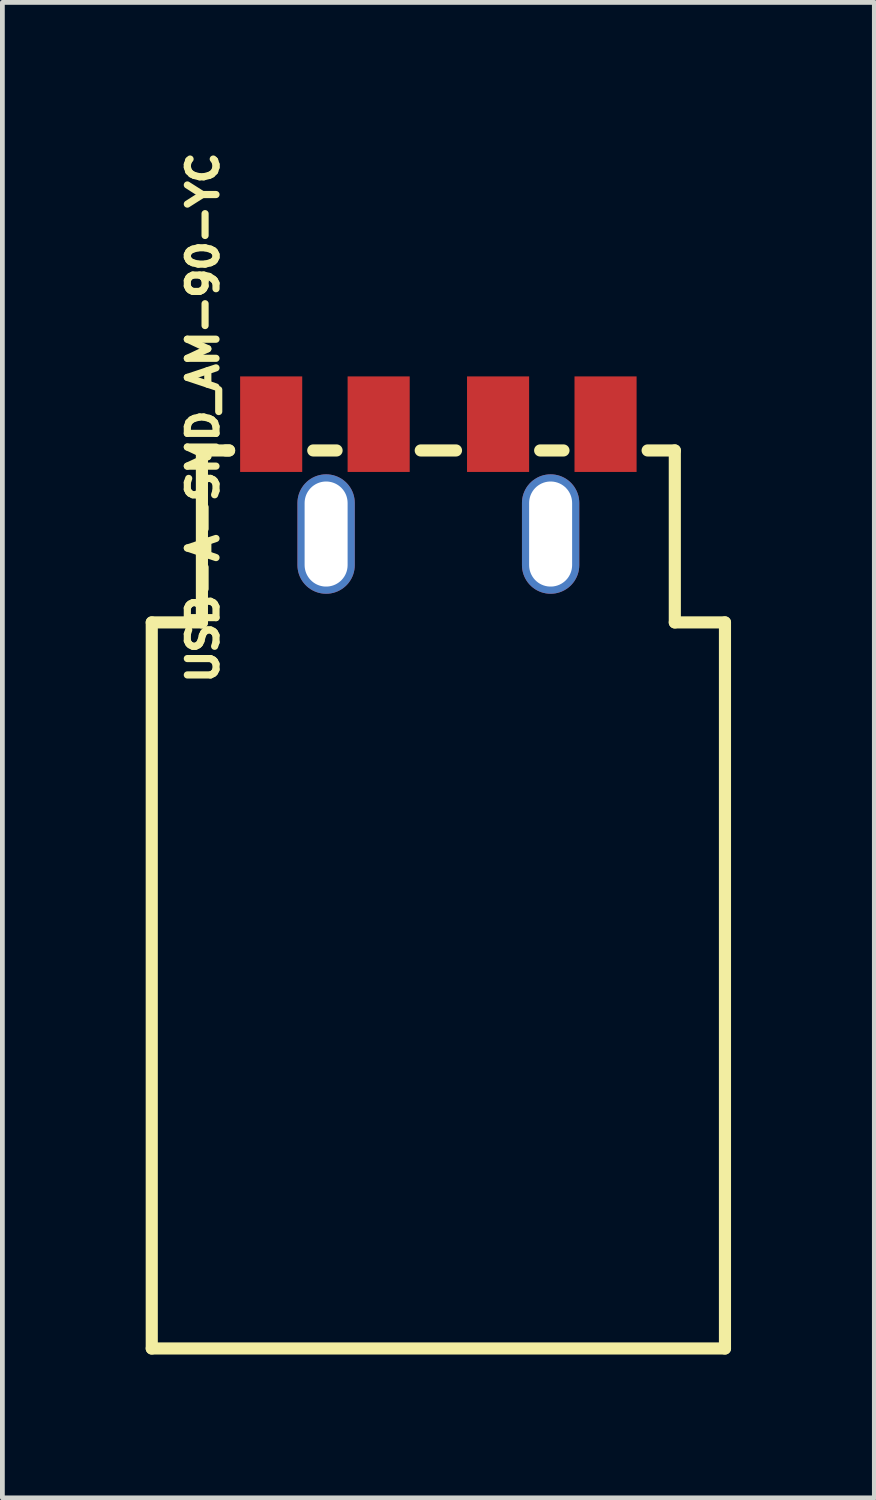
<source format=kicad_pcb>
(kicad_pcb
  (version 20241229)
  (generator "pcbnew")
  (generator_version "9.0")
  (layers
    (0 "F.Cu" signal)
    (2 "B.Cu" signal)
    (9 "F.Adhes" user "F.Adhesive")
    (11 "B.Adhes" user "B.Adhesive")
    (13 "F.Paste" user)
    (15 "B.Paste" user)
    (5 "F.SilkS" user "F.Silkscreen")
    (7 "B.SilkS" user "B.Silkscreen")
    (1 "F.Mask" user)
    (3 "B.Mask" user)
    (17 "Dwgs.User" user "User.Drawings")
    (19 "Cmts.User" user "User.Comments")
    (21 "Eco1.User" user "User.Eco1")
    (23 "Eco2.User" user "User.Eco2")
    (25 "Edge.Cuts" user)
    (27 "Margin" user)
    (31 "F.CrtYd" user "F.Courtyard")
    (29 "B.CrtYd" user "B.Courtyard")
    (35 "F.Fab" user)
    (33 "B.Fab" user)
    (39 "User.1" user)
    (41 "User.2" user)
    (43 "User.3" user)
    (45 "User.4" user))
  (footprint "USB-A-SMD_AM-90-YC"
    (layer "F.Cu")
    (at 6.127 6.98)
    (property "Reference" "USB-A-SMD_AM-90-YC" (at -4.925 -1.286 270) (layer "F.SilkS") (effects (font (size 0.6 0.6) (thickness 0.15))))
    (fp_line (start -6 3) (end -6 18.2) (stroke (width 0.254) (type default)) (layer "F.SilkS"))
    (fp_line (start -6 18.2) (end 6 18.2) (stroke (width 0.254) (type default)) (layer "F.SilkS"))
    (fp_line (start -4.95 -0.6) (end -4.95 3) (stroke (width 0.254) (type default)) (layer "F.SilkS"))
    (fp_line (start -4.95 3) (end -6 3) (stroke (width 0.254) (type default)) (layer "F.SilkS"))
    (fp_line (start -4.381 -0.6) (end -4.95 -0.6) (stroke (width 0.254) (type default)) (layer "F.SilkS"))
    (fp_line (start -4.381 -0.6) (end -4.45 -0.6) (stroke (width 0.254) (type default)) (layer "F.SilkS"))
    (fp_line (start -2.131 -0.6) (end -2.619 -0.6) (stroke (width 0.254) (type default)) (layer "F.SilkS"))
    (fp_line (start 0.369 -0.6) (end -0.369 -0.6) (stroke (width 0.254) (type default)) (layer "F.SilkS"))
    (fp_line (start 2.619 -0.6) (end 2.131 -0.6) (stroke (width 0.254) (type default)) (layer "F.SilkS"))
    (fp_line (start 4.95 3) (end 4.95 -0.6) (stroke (width 0.254) (type default)) (layer "F.SilkS"))
    (fp_line (start 4.95 -0.6) (end 4.381 -0.6) (stroke (width 0.254) (type default)) (layer "F.SilkS"))
    (fp_line (start 6 18.2) (end 6 3) (stroke (width 0.254) (type default)) (layer "F.SilkS"))
    (fp_line (start 6 3) (end 4.95 3) (stroke (width 0.254) (type default)) (layer "F.SilkS"))
    (fp_poly (pts (xy -4.15 -2.15) (xy -4.15 -0.15) (xy -2.85 -0.15) (xy -2.85 -2.15)) (stroke (width 0) (type default)) (fill yes) (layer "F.Paste"))
    (fp_poly (pts (xy -1.9 -2.15) (xy -1.9 -0.15) (xy -0.6 -0.15) (xy -0.6 -2.15)) (stroke (width 0) (type default)) (fill yes) (layer "F.Paste"))
    (fp_poly (pts (xy 0.6 -2.15) (xy 0.6 -0.15) (xy 1.9 -0.15) (xy 1.9 -2.15)) (stroke (width 0) (type default)) (fill yes) (layer "F.Paste"))
    (fp_poly (pts (xy 4.15 -0.15) (xy 4.15 -2.15) (xy 2.85 -2.15) (xy 2.85 -0.15)) (stroke (width 0) (type default)) (fill yes) (layer "F.Paste"))
    (fp_poly (pts (xy -2.365 -0.1) (xy -2.395 -0.099) (xy -2.425 -0.096) (xy -2.454 -0.091) (xy -2.483 -0.085) (xy -2.512 -0.078) (xy -2.541 -0.069) (xy -2.569 -0.059) (xy -2.596 -0.047) (xy -2.624 -0.034) (xy -2.65 -0.019) (xy -2.675 -0.004) (xy -2.7 0.013) (xy -2.724 0.031) (xy -2.747 0.05) (xy -2.769 0.071) (xy -2.79 0.092) (xy -2.809 0.114) (xy -2.828 0.137) (xy -2.846 0.162) (xy -2.862 0.187) (xy -2.877 0.213) (xy -2.891 0.239) (xy -2.903 0.267) (xy -2.914 0.295) (xy -2.923 0.323) (xy -2.932 0.352) (xy -2.938 0.381) (xy -2.944 0.41) (xy -2.947 0.441) (xy -2.949 0.47) (xy -2.95 0.5) (xy -2.95 1.8) (xy -2.949 1.83) (xy -2.947 1.86) (xy -2.944 1.89) (xy -2.938 1.919) (xy -2.932 1.948) (xy -2.924 1.977) (xy -2.914 2.005) (xy -2.903 2.033) (xy -2.891 2.061) (xy -2.877 2.087) (xy -2.862 2.113) (xy -2.845 2.138) (xy -2.829 2.163) (xy -2.81 2.186) (xy -2.79 2.208) (xy -2.769 2.23) (xy -2.747 2.25) (xy -2.724 2.269) (xy -2.7 2.287) (xy -2.676 2.304) (xy -2.65 2.319) (xy -2.624 2.334) (xy -2.597 2.347) (xy -2.569 2.358) (xy -2.541 2.369) (xy -2.513 2.378) (xy -2.483 2.385) (xy -2.454 2.391) (xy -2.425 2.395) (xy -2.395 2.398) (xy -2.365 2.4) (xy -2.335 2.4) (xy -2.305 2.399) (xy -2.276 2.395) (xy -2.246 2.391) (xy -2.216 2.385) (xy -2.188 2.378) (xy -2.159 2.369) (xy -2.131 2.358) (xy -2.103 2.347) (xy -2.076 2.334) (xy -2.05 2.32) (xy -2.025 2.304) (xy -2 2.287) (xy -1.976 2.269) (xy -1.953 2.25) (xy -1.931 2.229) (xy -1.91 2.208) (xy -1.891 2.186) (xy -1.871 2.163) (xy -1.854 2.138) (xy -1.838 2.113) (xy -1.823 2.087) (xy -1.81 2.061) (xy -1.797 2.033) (xy -1.786 2.005) (xy -1.776 1.977) (xy -1.768 1.948) (xy -1.762 1.919) (xy -1.756 1.89) (xy -1.753 1.86) (xy -1.75 1.83) (xy -1.75 1.8) (xy -1.75 0.5) (xy -1.751 0.47) (xy -1.753 0.441) (xy -1.757 0.411) (xy -1.762 0.381) (xy -1.768 0.352) (xy -1.776 0.323) (xy -1.786 0.295) (xy -1.797 0.267) (xy -1.81 0.239) (xy -1.823 0.213) (xy -1.838 0.187) (xy -1.855 0.162) (xy -1.871 0.137) (xy -1.891 0.114) (xy -1.91 0.092) (xy -1.931 0.07) (xy -1.953 0.05) (xy -1.976 0.031) (xy -1.999 0.013) (xy -2.025 -0.004) (xy -2.05 -0.019) (xy -2.076 -0.034) (xy -2.103 -0.047) (xy -2.131 -0.059) (xy -2.159 -0.068) (xy -2.188 -0.077) (xy -2.216 -0.085) (xy -2.246 -0.091) (xy -2.276 -0.096) (xy -2.305 -0.099) (xy -2.335 -0.1)) (stroke (width 0) (type default)) (fill yes) (layer "F.Paste"))
    (fp_poly (pts (xy 2.335 -0.1) (xy 2.305 -0.099) (xy 2.275 -0.095) (xy 2.246 -0.091) (xy 2.217 -0.085) (xy 2.188 -0.077) (xy 2.159 -0.068) (xy 2.131 -0.059) (xy 2.103 -0.047) (xy 2.076 -0.034) (xy 2.05 -0.019) (xy 2.024 -0.004) (xy 2 0.013) (xy 1.976 0.031) (xy 1.953 0.05) (xy 1.931 0.07) (xy 1.91 0.092) (xy 1.89 0.115) (xy 1.871 0.138) (xy 1.854 0.162) (xy 1.838 0.187) (xy 1.823 0.213) (xy 1.809 0.239) (xy 1.797 0.267) (xy 1.786 0.295) (xy 1.777 0.323) (xy 1.769 0.352) (xy 1.762 0.381) (xy 1.756 0.41) (xy 1.753 0.44) (xy 1.75 0.47) (xy 1.75 0.5) (xy 1.75 1.8) (xy 1.751 1.83) (xy 1.753 1.86) (xy 1.757 1.889) (xy 1.762 1.919) (xy 1.769 1.948) (xy 1.777 1.977) (xy 1.786 2.005) (xy 1.797 2.033) (xy 1.809 2.06) (xy 1.823 2.087) (xy 1.838 2.113) (xy 1.855 2.138) (xy 1.871 2.163) (xy 1.89 2.185) (xy 1.91 2.208) (xy 1.931 2.229) (xy 1.953 2.25) (xy 1.976 2.269) (xy 2 2.287) (xy 2.025 2.304) (xy 2.05 2.32) (xy 2.077 2.334) (xy 2.103 2.347) (xy 2.131 2.359) (xy 2.159 2.369) (xy 2.188 2.377) (xy 2.217 2.385) (xy 2.246 2.391) (xy 2.276 2.396) (xy 2.305 2.398) (xy 2.335 2.4) (xy 2.365 2.4) (xy 2.395 2.399) (xy 2.424 2.395) (xy 2.454 2.391) (xy 2.483 2.385) (xy 2.512 2.377) (xy 2.541 2.369) (xy 2.569 2.359) (xy 2.597 2.347) (xy 2.623 2.334) (xy 2.65 2.32) (xy 2.675 2.304) (xy 2.7 2.287) (xy 2.724 2.269) (xy 2.747 2.25) (xy 2.769 2.229) (xy 2.79 2.208) (xy 2.809 2.185) (xy 2.829 2.162) (xy 2.846 2.138) (xy 2.862 2.113) (xy 2.877 2.087) (xy 2.89 2.061) (xy 2.903 2.033) (xy 2.914 2.005) (xy 2.924 1.977) (xy 2.932 1.948) (xy 2.938 1.919) (xy 2.943 1.889) (xy 2.947 1.86) (xy 2.95 1.83) (xy 2.95 1.8) (xy 2.95 0.5) (xy 2.95 0.47) (xy 2.947 0.44) (xy 2.943 0.41) (xy 2.938 0.381) (xy 2.932 0.352) (xy 2.924 0.323) (xy 2.914 0.295) (xy 2.903 0.267) (xy 2.89 0.24) (xy 2.877 0.213) (xy 2.862 0.187) (xy 2.845 0.162) (xy 2.829 0.138) (xy 2.81 0.115) (xy 2.79 0.092) (xy 2.769 0.07) (xy 2.747 0.05) (xy 2.724 0.031) (xy 2.7 0.013) (xy 2.676 -0.004) (xy 2.65 -0.02) (xy 2.623 -0.034) (xy 2.597 -0.047) (xy 2.569 -0.059) (xy 2.541 -0.068) (xy 2.513 -0.077) (xy 2.484 -0.085) (xy 2.454 -0.091) (xy 2.424 -0.096) (xy 2.395 -0.098) (xy 2.365 -0.1)) (stroke (width 0) (type default)) (fill yes) (layer "F.Paste"))
    (fp_poly (pts (xy -3.9 -1.8) (xy -3.1 -1.8) (xy -3.1 -0.5) (xy -3.9 -0.5)) (stroke (width 0.1) (type default)) (fill no) (layer "User.1"))
    (fp_poly (pts (xy -2.5 0.155) (xy -2.2 0.155) (xy -2.2 2.145) (xy -2.5 2.145)) (stroke (width 0.1) (type default)) (fill no) (layer "User.1"))
    (fp_poly (pts (xy -1.65 -1.8) (xy -0.85 -1.8) (xy -0.85 -0.5) (xy -1.65 -0.5)) (stroke (width 0.1) (type default)) (fill no) (layer "User.1"))
    (fp_poly (pts (xy 0.85 -1.8) (xy 1.65 -1.8) (xy 1.65 -0.5) (xy 0.85 -0.5)) (stroke (width 0.1) (type default)) (fill no) (layer "User.1"))
    (fp_poly (pts (xy 2.2 0.155) (xy 2.5 0.155) (xy 2.5 2.145) (xy 2.2 2.145)) (stroke (width 0.1) (type default)) (fill no) (layer "User.1"))
    (fp_poly (pts (xy 3.1 -1.8) (xy 3.9 -1.8) (xy 3.9 -0.5) (xy 3.1 -0.5)) (stroke (width 0.1) (type default)) (fill no) (layer "User.1"))
    (fp_line (start -6 3) (end -6 18.2) (stroke (width 0.051) (type default)) (layer "User.2"))
    (fp_line (start -6 18.2) (end -4.95 18.2) (stroke (width 0.051) (type default)) (layer "User.2"))
    (fp_line (start -4.95 -0.6) (end -4.95 3) (stroke (width 0.051) (type default)) (layer "User.2"))
    (fp_line (start -4.95 3) (end -6 3) (stroke (width 0.051) (type default)) (layer "User.2"))
    (fp_line (start 4.95 18.2) (end 6 18.2) (stroke (width 0.051) (type default)) (layer "User.2"))
    (fp_line (start 4.95 3) (end 4.95 -0.6) (stroke (width 0.051) (type default)) (layer "User.2"))
    (fp_line (start 4.95 -0.6) (end -4.95 -0.6) (stroke (width 0.051) (type default)) (layer "User.2"))
    (fp_line (start 6 18.2) (end 6 3) (stroke (width 0.051) (type default)) (layer "User.2"))
    (fp_line (start 6 3) (end 4.95 3) (stroke (width 0.051) (type default)) (layer "User.2"))
    (fp_poly (pts (xy -5.94 -1.8) (xy -5.958 -1.842) (xy -6 -1.86) (xy -6.042 -1.842) (xy -6.06 -1.8) (xy -6.042 -1.758) (xy -6 -1.74) (xy -5.958 -1.758)) (stroke (width 0.1) (type default)) (fill no) (layer "User.3"))
    (pad "1" smd rect (at -3.5 -1.15) (size 1.3 2) (layers "F.Cu" "F.Mask" "F.Paste"))
    (pad "2" smd rect (at -1.25 -1.15) (size 1.3 2) (layers "F.Cu" "F.Mask" "F.Paste"))
    (pad "3" smd rect (at 1.25 -1.15) (size 1.3 2) (layers "F.Cu" "F.Mask" "F.Paste"))
    (pad "4" smd rect (at 3.5 -1.15) (size 1.3 2) (layers "F.Cu" "F.Mask" "F.Paste"))
    (pad "5" thru_hole oval (at -2.35 1.15) (size 1.2 2.5) (drill oval 0.9 2.2) (layers "*.Cu" "*.Mask"))
    (pad "6" thru_hole oval (at 2.35 1.15) (size 1.2 2.5) (drill oval 0.9 2.2) (layers "*.Cu" "*.Mask")))
  (gr_rect
    (start -3 -3)
    (end 15.254 28.307)
    (stroke (width 0.1) (type default))
    (fill no)
    (layer "Edge.Cuts")))
</source>
